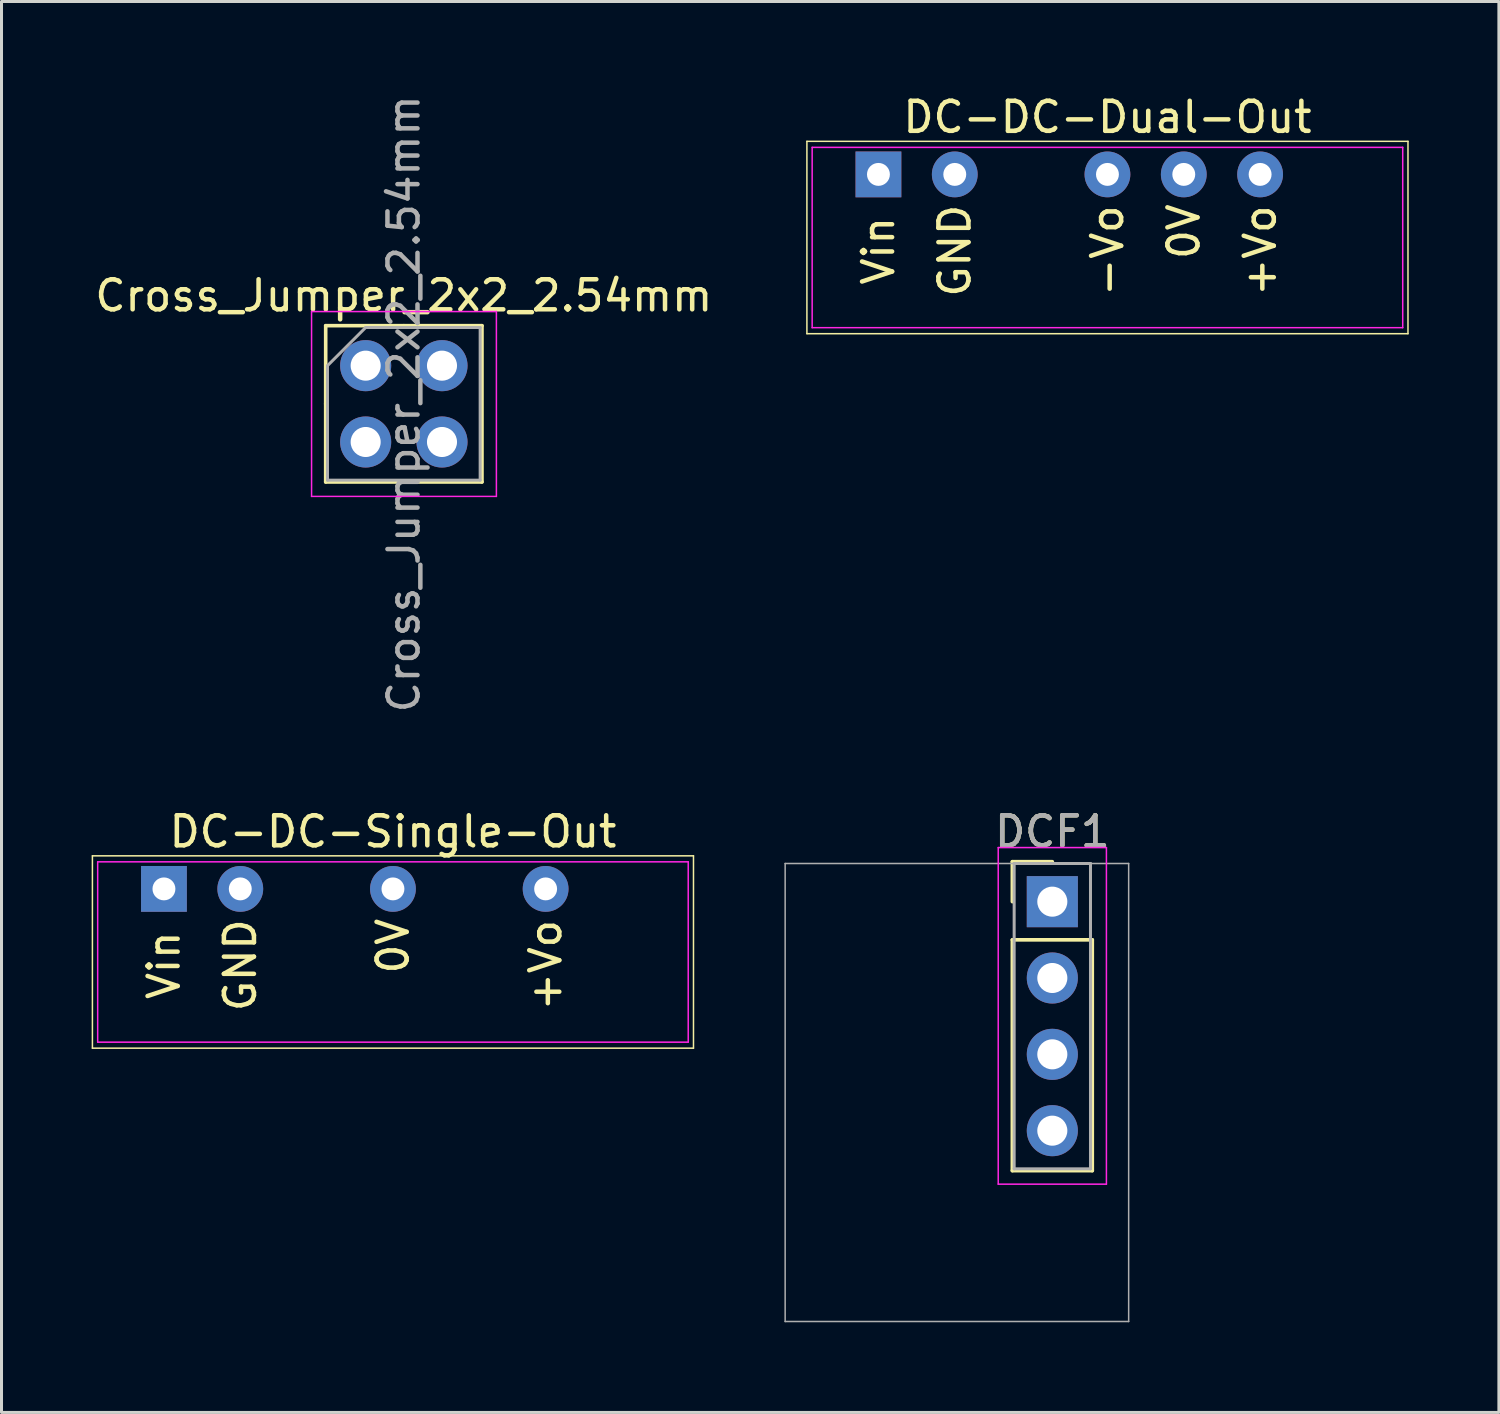
<source format=kicad_pcb>
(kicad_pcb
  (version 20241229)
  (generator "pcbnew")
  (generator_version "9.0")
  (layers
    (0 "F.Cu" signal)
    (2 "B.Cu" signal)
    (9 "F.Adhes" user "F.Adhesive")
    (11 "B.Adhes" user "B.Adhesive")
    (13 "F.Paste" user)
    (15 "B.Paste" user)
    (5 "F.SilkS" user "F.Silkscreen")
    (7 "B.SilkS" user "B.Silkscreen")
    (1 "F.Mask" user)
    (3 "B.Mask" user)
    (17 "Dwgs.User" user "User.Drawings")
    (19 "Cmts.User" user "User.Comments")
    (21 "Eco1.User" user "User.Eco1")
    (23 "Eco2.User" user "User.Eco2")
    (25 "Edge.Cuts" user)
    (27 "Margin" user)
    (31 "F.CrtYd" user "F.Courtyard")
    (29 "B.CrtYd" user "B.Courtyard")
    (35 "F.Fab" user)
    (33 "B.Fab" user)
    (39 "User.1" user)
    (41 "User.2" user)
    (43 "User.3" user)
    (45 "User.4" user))
  (footprint "DC-DC-Dual-Out"
    (layer "F.Cu")
    (at 33.799 2.753)
    (property "Reference" "DC-DC-Dual-Out" (at 0 -1.905 0) (layer "F.SilkS") (effects (font (size 1 1) (thickness 0.15))))
    (attr through_hole)
    (fp_line (start -10 -1.1) (end 10 -1.1) (stroke (width 0.05) (type solid)) (layer "F.SilkS"))
    (fp_line (start -10 5.3) (end -10 -1.1) (stroke (width 0.05) (type solid)) (layer "F.SilkS"))
    (fp_line (start 10 -1.1) (end 10 5.3) (stroke (width 0.05) (type solid)) (layer "F.SilkS"))
    (fp_line (start 10 5.3) (end -10 5.3) (stroke (width 0.05) (type solid)) (layer "F.SilkS"))
    (fp_line (start -9.825 -0.9) (end -9.825 5.1) (stroke (width 0.05) (type solid)) (layer "F.CrtYd"))
    (fp_line (start -9.825 -0.9) (end 9.825 -0.9) (stroke (width 0.05) (type solid)) (layer "F.CrtYd"))
    (fp_line (start 9.825 5.1) (end -9.825 5.1) (stroke (width 0.05) (type solid)) (layer "F.CrtYd"))
    (fp_line (start 9.825 5.1) (end 9.825 -0.9) (stroke (width 0.05) (type solid)) (layer "F.CrtYd"))
    (fp_text user "+Vo" (at 5.08 2.54 90) (layer "F.SilkS") (effects (font (size 1 1) (thickness 0.15))))
    (fp_text user "GND" (at -5.08 2.54 90) (layer "F.SilkS") (effects (font (size 1 1) (thickness 0.15))))
    (fp_text user "Vin" (at -7.62 2.54 90) (layer "F.SilkS") (effects (font (size 1 1) (thickness 0.15))))
    (fp_text user "-Vo" (at 0 2.54 90) (layer "F.SilkS") (effects (font (size 1 1) (thickness 0.15))))
    (fp_text user "0V" (at 2.54 1.905 90) (layer "F.SilkS") (effects (font (size 1 1) (thickness 0.15))))
    (pad "1" thru_hole rect (at -7.62 0) (size 1.524 1.524) (drill 0.762) (layers "*.Cu" "*.Mask"))
    (pad "2" thru_hole circle (at -5.08 0) (size 1.524 1.524) (drill 0.762) (layers "*.Cu" "*.Mask"))
    (pad "4" thru_hole circle (at 0 0) (size 1.524 1.524) (drill 0.762) (layers "*.Cu" "*.Mask"))
    (pad "5" thru_hole circle (at 2.54 0) (size 1.524 1.524) (drill 0.762) (layers "*.Cu" "*.Mask"))
    (pad "6" thru_hole circle (at 5.08 0) (size 1.524 1.524) (drill 0.762) (layers "*.Cu" "*.Mask")))
  (footprint "DCF1"
    (layer "F.Cu")
    (at 31.965 26.952)
    (property "Reference" "DCF1" (at 0 -2.33 0) (layer "F.SilkS") (effects (font (size 1 1) (thickness 0.15))))
    (attr through_hole)
    (fp_line (start -1.33 -1.33) (end 0 -1.33) (stroke (width 0.12) (type solid)) (layer "F.SilkS"))
    (fp_line (start -1.33 0) (end -1.33 -1.33) (stroke (width 0.12) (type solid)) (layer "F.SilkS"))
    (fp_line (start -1.33 1.27) (end -1.33 8.95) (stroke (width 0.12) (type solid)) (layer "F.SilkS"))
    (fp_line (start -1.33 8.95) (end 1.33 8.95) (stroke (width 0.12) (type solid)) (layer "F.SilkS"))
    (fp_line (start 1.33 1.27) (end -1.33 1.27) (stroke (width 0.12) (type solid)) (layer "F.SilkS"))
    (fp_line (start 1.33 8.95) (end 1.33 1.27) (stroke (width 0.12) (type solid)) (layer "F.SilkS"))
    (fp_line (start -1.8 -1.8) (end -1.8 9.4) (stroke (width 0.05) (type solid)) (layer "F.CrtYd"))
    (fp_line (start -1.8 9.4) (end 1.8 9.4) (stroke (width 0.05) (type solid)) (layer "F.CrtYd"))
    (fp_line (start 1.8 -1.8) (end -1.8 -1.8) (stroke (width 0.05) (type solid)) (layer "F.CrtYd"))
    (fp_line (start 1.8 9.4) (end 1.8 -1.8) (stroke (width 0.05) (type solid)) (layer "F.CrtYd"))
    (fp_line (start -8.89 -1.27) (end -8.89 13.97) (stroke (width 0.05) (type solid)) (layer "F.Fab"))
    (fp_line (start -8.89 -1.27) (end 2.54 -1.27) (stroke (width 0.05) (type solid)) (layer "F.Fab"))
    (fp_line (start -1.27 -1.27) (end -1.27 8.89) (stroke (width 0.1) (type solid)) (layer "F.Fab"))
    (fp_line (start -1.27 8.89) (end 1.27 8.89) (stroke (width 0.1) (type solid)) (layer "F.Fab"))
    (fp_line (start 1.27 -1.27) (end -1.27 -1.27) (stroke (width 0.1) (type solid)) (layer "F.Fab"))
    (fp_line (start 1.27 8.89) (end 1.27 -1.27) (stroke (width 0.1) (type solid)) (layer "F.Fab"))
    (fp_line (start 2.54 -1.27) (end 2.54 13.97) (stroke (width 0.05) (type solid)) (layer "F.Fab"))
    (fp_line (start 2.54 13.97) (end -8.89 13.97) (stroke (width 0.05) (type solid)) (layer "F.Fab"))
    (fp_text user "${REFERENCE}" (at 0 -2.33 0) (layer "F.Fab") (effects (font (size 1 1) (thickness 0.15))))
    (pad "1" thru_hole rect (at 0 0) (size 1.7 1.7) (drill 1) (layers "*.Cu" "*.Mask"))
    (pad "2" thru_hole oval (at 0 2.54) (size 1.7 1.7) (drill 1) (layers "*.Cu" "*.Mask"))
    (pad "3" thru_hole oval (at 0 5.08) (size 1.7 1.7) (drill 1) (layers "*.Cu" "*.Mask"))
    (pad "4" thru_hole oval (at 0 7.62) (size 1.7 1.7) (drill 1) (layers "*.Cu" "*.Mask")))
  (footprint "DC-DC-Single-Out"
    (layer "F.Cu")
    (at 10.025 26.527)
    (property "Reference" "DC-DC-Single-Out" (at 0 -1.905 0) (layer "F.SilkS") (effects (font (size 1 1) (thickness 0.15))))
    (attr through_hole)
    (fp_line (start -10 -1.1) (end 10 -1.1) (stroke (width 0.05) (type solid)) (layer "F.SilkS"))
    (fp_line (start -10 5.3) (end -10 -1.1) (stroke (width 0.05) (type solid)) (layer "F.SilkS"))
    (fp_line (start 10 -1.1) (end 10 5.3) (stroke (width 0.05) (type solid)) (layer "F.SilkS"))
    (fp_line (start 10 5.3) (end -10 5.3) (stroke (width 0.05) (type solid)) (layer "F.SilkS"))
    (fp_line (start -9.825 -0.9) (end -9.825 5.1) (stroke (width 0.05) (type solid)) (layer "F.CrtYd"))
    (fp_line (start -9.825 -0.9) (end 9.825 -0.9) (stroke (width 0.05) (type solid)) (layer "F.CrtYd"))
    (fp_line (start 9.825 5.1) (end -9.825 5.1) (stroke (width 0.05) (type solid)) (layer "F.CrtYd"))
    (fp_line (start 9.825 5.1) (end 9.825 -0.9) (stroke (width 0.05) (type solid)) (layer "F.CrtYd"))
    (fp_text user "Vin" (at -7.62 2.54 90) (layer "F.SilkS") (effects (font (size 1 1) (thickness 0.15))))
    (fp_text user "+Vo" (at 5.08 2.54 90) (layer "F.SilkS") (effects (font (size 1 1) (thickness 0.15))))
    (fp_text user "GND" (at -5.08 2.54 90) (layer "F.SilkS") (effects (font (size 1 1) (thickness 0.15))))
    (fp_text user "0V" (at 0 1.905 90) (layer "F.SilkS") (effects (font (size 1 1) (thickness 0.15))))
    (pad "1" thru_hole rect (at -7.62 0) (size 1.524 1.524) (drill 0.762) (layers "*.Cu" "*.Mask"))
    (pad "2" thru_hole circle (at -5.08 0) (size 1.524 1.524) (drill 0.762) (layers "*.Cu" "*.Mask"))
    (pad "4" thru_hole circle (at 0 0) (size 1.524 1.524) (drill 0.762) (layers "*.Cu" "*.Mask"))
    (pad "6" thru_hole circle (at 5.08 0) (size 1.524 1.524) (drill 0.762) (layers "*.Cu" "*.Mask")))
  (footprint "Cross_Jumper_2x2_2.54mm"
    (layer "F.Cu")
    (at 9.117 9.117)
    (property "Reference" "Cross_Jumper_2x2_2.54mm" (at 1.27 -2.33 0) (layer "F.SilkS") (effects (font (size 1 1) (thickness 0.15))))
    (attr through_hole)
    (fp_line (start -1.33 -1.33) (end 1.27 -1.33) (stroke (width 0.12) (type solid)) (layer "F.SilkS"))
    (fp_line (start -1.33 1.27) (end -1.33 -1.33) (stroke (width 0.12) (type solid)) (layer "F.SilkS"))
    (fp_line (start -1.33 1.27) (end -1.33 3.87) (stroke (width 0.12) (type solid)) (layer "F.SilkS"))
    (fp_line (start -1.33 3.87) (end 3.87 3.87) (stroke (width 0.12) (type solid)) (layer "F.SilkS"))
    (fp_line (start 1.27 -1.33) (end 3.87 -1.33) (stroke (width 0.12) (type solid)) (layer "F.SilkS"))
    (fp_line (start 3.87 -1.33) (end 3.87 3.87) (stroke (width 0.12) (type solid)) (layer "F.SilkS"))
    (fp_line (start -1.8 -1.8) (end -1.8 4.35) (stroke (width 0.05) (type solid)) (layer "F.CrtYd"))
    (fp_line (start -1.8 4.35) (end 4.35 4.35) (stroke (width 0.05) (type solid)) (layer "F.CrtYd"))
    (fp_line (start 4.35 -1.8) (end -1.8 -1.8) (stroke (width 0.05) (type solid)) (layer "F.CrtYd"))
    (fp_line (start 4.35 4.35) (end 4.35 -1.8) (stroke (width 0.05) (type solid)) (layer "F.CrtYd"))
    (fp_line (start -1.27 0) (end 0 -1.27) (stroke (width 0.1) (type solid)) (layer "F.Fab"))
    (fp_line (start -1.27 3.81) (end -1.27 0) (stroke (width 0.1) (type solid)) (layer "F.Fab"))
    (fp_line (start 0 -1.27) (end 3.81 -1.27) (stroke (width 0.1) (type solid)) (layer "F.Fab"))
    (fp_line (start 3.81 -1.27) (end 3.81 3.81) (stroke (width 0.1) (type solid)) (layer "F.Fab"))
    (fp_line (start 3.81 3.81) (end -1.27 3.81) (stroke (width 0.1) (type solid)) (layer "F.Fab"))
    (fp_text user "${REFERENCE}" (at 1.27 1.27 90) (layer "F.Fab") (effects (font (size 1 1) (thickness 0.15))))
    (pad "1" thru_hole circle (at 0 0) (size 1.7 1.7) (drill 1) (layers "*.Cu" "*.Mask"))
    (pad "2" thru_hole oval (at 2.54 0) (size 1.7 1.7) (drill 1) (layers "*.Cu" "*.Mask"))
    (pad "3" thru_hole oval (at 0 2.54) (size 1.7 1.7) (drill 1) (layers "*.Cu" "*.Mask"))
    (pad "4" thru_hole oval (at 2.54 2.54) (size 1.7 1.7) (drill 1) (layers "*.Cu" "*.Mask")))
  (gr_rect
    (start -3 -3)
    (end 46.824 43.947)
    (stroke (width 0.1) (type default))
    (fill no)
    (layer "Edge.Cuts")))
</source>
